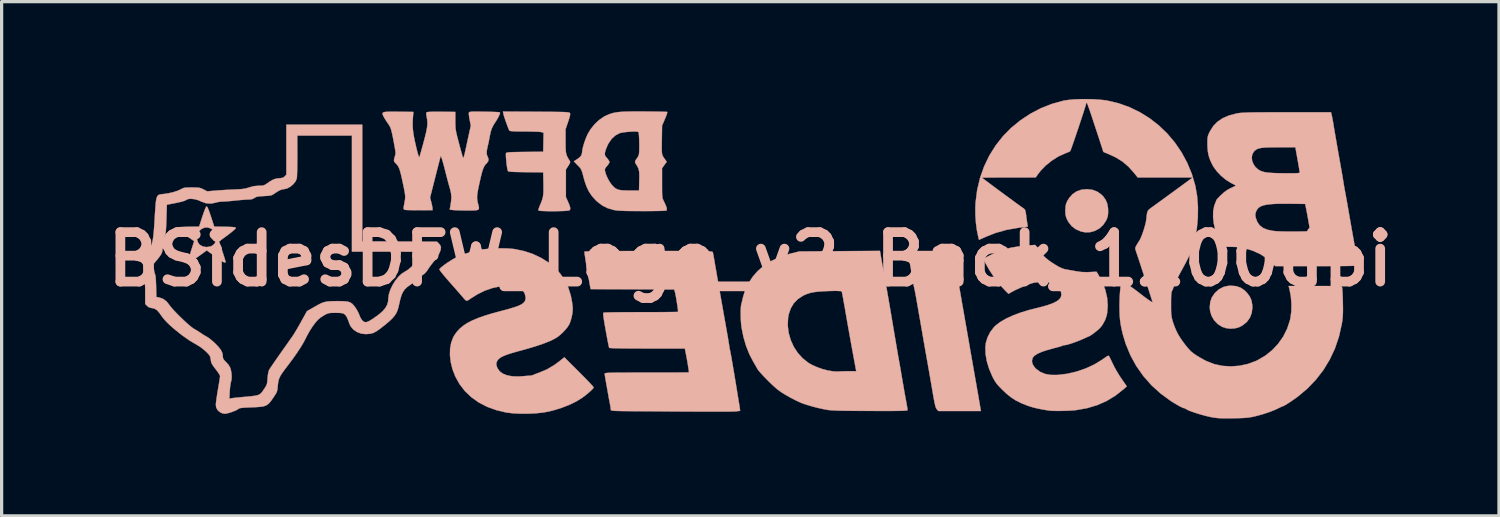
<source format=kicad_pcb>
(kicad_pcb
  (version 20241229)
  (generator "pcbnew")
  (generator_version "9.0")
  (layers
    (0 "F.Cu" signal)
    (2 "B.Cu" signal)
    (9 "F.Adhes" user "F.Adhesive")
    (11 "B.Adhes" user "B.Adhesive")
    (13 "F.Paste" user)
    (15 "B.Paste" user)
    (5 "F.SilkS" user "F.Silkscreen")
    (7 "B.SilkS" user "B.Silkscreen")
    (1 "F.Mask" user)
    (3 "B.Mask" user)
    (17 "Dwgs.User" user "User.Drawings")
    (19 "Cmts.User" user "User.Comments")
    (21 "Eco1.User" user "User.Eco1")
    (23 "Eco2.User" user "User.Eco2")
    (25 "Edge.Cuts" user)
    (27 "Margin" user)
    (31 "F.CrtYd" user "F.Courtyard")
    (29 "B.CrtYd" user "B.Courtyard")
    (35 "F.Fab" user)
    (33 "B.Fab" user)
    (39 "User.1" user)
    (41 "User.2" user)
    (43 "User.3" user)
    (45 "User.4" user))
  (footprint "BSidesDFW_Logo_v2_Back_1200dpi"
    (layer "F.Cu")
    (at 20.073 4.939)
    (property "Reference" "BSidesDFW_Logo_v2_Back_1200dpi" (at 0 0 0) (layer "B.SilkS") (effects (font (size 1.524 1.524) (thickness 0.3))))
    (attr through_hole)
    (fp_poly (pts (xy 14.974 0.83) (xy 15.107 0.875) (xy 15.226 0.955) (xy 15.302 1.029) (xy 15.389 1.143) (xy 15.443 1.262) (xy 15.469 1.4) (xy 15.473 1.493) (xy 15.453 1.657) (xy 15.395 1.805) (xy 15.302 1.933) (xy 15.174 2.037) (xy 15.083 2.087) (xy 14.952 2.128) (xy 14.805 2.14) (xy 14.66 2.123) (xy 14.547 2.086) (xy 14.407 1.998) (xy 14.295 1.882) (xy 14.214 1.742) (xy 14.169 1.585) (xy 14.161 1.474) (xy 14.176 1.315) (xy 14.225 1.177) (xy 14.31 1.052) (xy 14.322 1.038) (xy 14.446 0.926) (xy 14.583 0.854) (xy 14.736 0.819) (xy 14.817 0.816) (xy 14.974 0.83)) (stroke (width 0.01) (type solid)) (fill yes) (layer "B.SilkS"))
    (fp_poly (pts (xy 10.546 -2.139) (xy 10.697 -2.081) (xy 10.829 -1.985) (xy 10.874 -1.939) (xy 10.952 -1.83) (xy 11.001 -1.712) (xy 11.025 -1.573) (xy 11.028 -1.481) (xy 11.025 -1.387) (xy 11.014 -1.315) (xy 10.99 -1.246) (xy 10.962 -1.187) (xy 10.874 -1.055) (xy 10.758 -0.949) (xy 10.623 -0.875) (xy 10.475 -0.834) (xy 10.32 -0.829) (xy 10.192 -0.855) (xy 10.032 -0.924) (xy 9.903 -1.022) (xy 9.803 -1.15) (xy 9.762 -1.227) (xy 9.731 -1.305) (xy 9.714 -1.38) (xy 9.709 -1.473) (xy 9.709 -1.503) (xy 9.715 -1.617) (xy 9.732 -1.707) (xy 9.767 -1.789) (xy 9.824 -1.881) (xy 9.827 -1.886) (xy 9.933 -2.007) (xy 10.059 -2.092) (xy 10.208 -2.143) (xy 10.38 -2.159) (xy 10.546 -2.139)) (stroke (width 0.01) (type solid)) (fill yes) (layer "B.SilkS"))
    (fp_poly (pts (xy 6.263 -0.143) (xy 6.271 -0.099) (xy 6.286 -0.018) (xy 6.306 0.095) (xy 6.331 0.235) (xy 6.359 0.397) (xy 6.391 0.575) (xy 6.424 0.766) (xy 6.444 0.878) (xy 6.482 1.096) (xy 6.525 1.345) (xy 6.573 1.617) (xy 6.622 1.901) (xy 6.673 2.189) (xy 6.722 2.47) (xy 6.768 2.736) (xy 6.793 2.879) (xy 6.84 3.143) (xy 6.879 3.369) (xy 6.913 3.561) (xy 6.941 3.722) (xy 6.965 3.856) (xy 6.984 3.966) (xy 7 4.057) (xy 7.013 4.132) (xy 7.024 4.194) (xy 7.033 4.248) (xy 7.041 4.297) (xy 7.05 4.344) (xy 7.058 4.393) (xy 7.067 4.448) (xy 7.068 4.45) (xy 7.107 4.678) (xy 5.798 4.678) (xy 5.75 4.626) (xy 5.731 4.601) (xy 5.715 4.562) (xy 5.698 4.505) (xy 5.679 4.423) (xy 5.658 4.311) (xy 5.634 4.177) (xy 5.607 4.018) (xy 5.577 3.842) (xy 5.546 3.666) (xy 5.518 3.505) (xy 5.505 3.429) (xy 5.453 3.136) (xy 5.399 2.831) (xy 5.345 2.524) (xy 5.293 2.222) (xy 5.243 1.936) (xy 5.197 1.675) (xy 5.162 1.471) (xy 5.137 1.328) (xy 5.113 1.194) (xy 5.092 1.077) (xy 5.074 0.984) (xy 5.061 0.922) (xy 5.057 0.905) (xy 5.042 0.839) (xy 5.027 0.754) (xy 5.017 0.693) (xy 5.007 0.626) (xy 4.991 0.528) (xy 4.97 0.41) (xy 4.947 0.283) (xy 4.934 0.212) (xy 4.912 0.091) (xy 4.893 -0.019) (xy 4.879 -0.11) (xy 4.871 -0.173) (xy 4.869 -0.196) (xy 4.868 -0.254) (xy 6.241 -0.254) (xy 6.263 -0.143)) (stroke (width 0.01) (type solid)) (fill yes) (layer "B.SilkS"))
    (fp_poly (pts (xy -16.735 -1.61) (xy -16.706 -1.55) (xy -16.669 -1.453) (xy -16.624 -1.321) (xy -16.623 -1.318) (xy -16.521 -1.005) (xy -16.187 -1) (xy -16.059 -0.997) (xy -15.968 -0.993) (xy -15.907 -0.988) (xy -15.872 -0.981) (xy -15.856 -0.97) (xy -15.854 -0.962) (xy -15.87 -0.939) (xy -15.915 -0.897) (xy -15.981 -0.841) (xy -16.063 -0.776) (xy -16.155 -0.707) (xy -16.249 -0.639) (xy -16.323 -0.589) (xy -16.372 -0.555) (xy -16.272 -0.251) (xy -16.237 -0.142) (xy -16.207 -0.048) (xy -16.185 0.026) (xy -16.173 0.071) (xy -16.171 0.08) (xy -16.178 0.1) (xy -16.2 0.102) (xy -16.241 0.085) (xy -16.305 0.046) (xy -16.395 -0.015) (xy -16.49 -0.083) (xy -16.75 -0.273) (xy -16.879 -0.179) (xy -16.988 -0.101) (xy -17.091 -0.028) (xy -17.184 0.035) (xy -17.26 0.084) (xy -17.313 0.116) (xy -17.336 0.127) (xy -17.342 0.109) (xy -17.334 0.064) (xy -17.327 0.037) (xy -17.309 -0.019) (xy -17.283 -0.103) (xy -17.251 -0.205) (xy -17.219 -0.306) (xy -17.139 -0.558) (xy -17.184 -0.588) (xy -17.249 -0.634) (xy -17.327 -0.691) (xy -17.358 -0.714) (xy -17.055 -0.714) (xy -17.053 -0.618) (xy -17.026 -0.526) (xy -16.977 -0.455) (xy -16.969 -0.447) (xy -16.873 -0.394) (xy -16.762 -0.374) (xy -16.647 -0.39) (xy -16.597 -0.41) (xy -16.52 -0.467) (xy -16.474 -0.552) (xy -16.457 -0.668) (xy -16.457 -0.678) (xy -16.46 -0.752) (xy -16.472 -0.801) (xy -16.499 -0.844) (xy -16.53 -0.877) (xy -16.623 -0.947) (xy -16.724 -0.979) (xy -16.824 -0.973) (xy -16.918 -0.93) (xy -16.998 -0.853) (xy -17.031 -0.8) (xy -17.055 -0.714) (xy -17.358 -0.714) (xy -17.411 -0.754) (xy -17.493 -0.818) (xy -17.567 -0.877) (xy -17.626 -0.926) (xy -17.662 -0.958) (xy -17.669 -0.968) (xy -17.662 -0.978) (xy -17.629 -0.986) (xy -17.566 -0.992) (xy -17.47 -0.996) (xy -17.335 -1) (xy -17.332 -1) (xy -16.986 -1.005) (xy -16.885 -1.318) (xy -16.839 -1.451) (xy -16.802 -1.549) (xy -16.773 -1.609) (xy -16.754 -1.63) (xy -16.754 -1.63) (xy -16.735 -1.61)) (stroke (width 0.01) (type solid)) (fill yes) (layer "B.SilkS"))
    (fp_poly (pts (xy -6.603 -4.546) (xy -6.367 -4.544) (xy -6.171 -4.543) (xy -6.01 -4.541) (xy -5.88 -4.539) (xy -5.778 -4.537) (xy -5.701 -4.534) (xy -5.645 -4.53) (xy -5.607 -4.525) (xy -5.582 -4.519) (xy -5.567 -4.512) (xy -5.559 -4.504) (xy -5.559 -4.504) (xy -5.552 -4.478) (xy -5.556 -4.434) (xy -5.573 -4.367) (xy -5.604 -4.268) (xy -5.615 -4.236) (xy -5.694 -4.005) (xy -5.693 -3.638) (xy -5.693 -3.495) (xy -5.69 -3.387) (xy -5.683 -3.304) (xy -5.67 -3.238) (xy -5.65 -3.181) (xy -5.621 -3.123) (xy -5.581 -3.058) (xy -5.573 -3.045) (xy -5.555 -3.013) (xy -5.552 -2.985) (xy -5.566 -2.95) (xy -5.6 -2.893) (xy -5.611 -2.876) (xy -5.683 -2.763) (xy -5.683 -2.339) (xy -5.683 -1.916) (xy -5.614 -1.763) (xy -5.573 -1.665) (xy -5.552 -1.596) (xy -5.549 -1.549) (xy -5.564 -1.515) (xy -5.571 -1.507) (xy -5.599 -1.499) (xy -5.662 -1.493) (xy -5.751 -1.487) (xy -5.859 -1.484) (xy -5.979 -1.481) (xy -6.104 -1.481) (xy -6.225 -1.481) (xy -6.335 -1.484) (xy -6.428 -1.488) (xy -6.494 -1.493) (xy -6.527 -1.501) (xy -6.53 -1.502) (xy -6.528 -1.531) (xy -6.512 -1.586) (xy -6.484 -1.657) (xy -6.48 -1.666) (xy -6.44 -1.761) (xy -6.411 -1.841) (xy -6.392 -1.916) (xy -6.38 -1.996) (xy -6.374 -2.091) (xy -6.374 -2.211) (xy -6.375 -2.328) (xy -6.382 -2.678) (xy -6.914 -2.683) (xy -7.089 -2.686) (xy -7.227 -2.689) (xy -7.329 -2.693) (xy -7.401 -2.699) (xy -7.445 -2.706) (xy -7.467 -2.715) (xy -7.469 -2.716) (xy -7.48 -2.748) (xy -7.492 -2.811) (xy -7.505 -2.896) (xy -7.516 -2.991) (xy -7.525 -3.087) (xy -7.531 -3.172) (xy -7.532 -3.237) (xy -7.528 -3.268) (xy -7.52 -3.278) (xy -7.5 -3.286) (xy -7.464 -3.292) (xy -7.408 -3.297) (xy -7.326 -3.301) (xy -7.214 -3.303) (xy -7.067 -3.306) (xy -6.949 -3.307) (xy -6.382 -3.313) (xy -6.376 -3.604) (xy -6.37 -3.895) (xy -6.425 -3.916) (xy -6.462 -3.922) (xy -6.534 -3.928) (xy -6.634 -3.932) (xy -6.756 -3.935) (xy -6.891 -3.937) (xy -6.941 -3.937) (xy -7.105 -3.938) (xy -7.23 -3.94) (xy -7.321 -3.944) (xy -7.381 -3.95) (xy -7.415 -3.957) (xy -7.424 -3.963) (xy -7.44 -3.996) (xy -7.466 -4.058) (xy -7.497 -4.141) (xy -7.531 -4.233) (xy -7.562 -4.325) (xy -7.589 -4.407) (xy -7.606 -4.469) (xy -7.609 -4.482) (xy -7.623 -4.551) (xy -6.603 -4.546)) (stroke (width 0.01) (type solid)) (fill yes) (layer "B.SilkS"))
    (fp_poly (pts (xy -3.283 -4.553) (xy -3.114 -4.552) (xy -2.958 -4.55) (xy -2.821 -4.548) (xy -2.708 -4.546) (xy -2.623 -4.543) (xy -2.572 -4.541) (xy -2.559 -4.539) (xy -2.56 -4.517) (xy -2.576 -4.464) (xy -2.603 -4.39) (xy -2.631 -4.323) (xy -2.719 -4.117) (xy -2.726 -3.672) (xy -2.728 -3.525) (xy -2.729 -3.413) (xy -2.727 -3.329) (xy -2.722 -3.267) (xy -2.712 -3.219) (xy -2.696 -3.179) (xy -2.672 -3.139) (xy -2.64 -3.093) (xy -2.616 -3.06) (xy -2.576 -3.004) (xy -2.648 -2.904) (xy -2.72 -2.805) (xy -2.72 -2.349) (xy -2.72 -2.199) (xy -2.719 -2.085) (xy -2.717 -2) (xy -2.712 -1.937) (xy -2.706 -1.891) (xy -2.696 -1.854) (xy -2.681 -1.821) (xy -2.665 -1.788) (xy -2.607 -1.667) (xy -2.576 -1.578) (xy -2.572 -1.522) (xy -2.585 -1.501) (xy -2.613 -1.496) (xy -2.677 -1.492) (xy -2.774 -1.489) (xy -2.897 -1.487) (xy -3.043 -1.485) (xy -3.205 -1.484) (xy -3.334 -1.484) (xy -3.548 -1.485) (xy -3.724 -1.486) (xy -3.867 -1.489) (xy -3.982 -1.494) (xy -4.072 -1.499) (xy -4.142 -1.507) (xy -4.198 -1.516) (xy -4.202 -1.517) (xy -4.393 -1.572) (xy -4.559 -1.654) (xy -4.711 -1.769) (xy -4.776 -1.831) (xy -4.884 -1.953) (xy -4.972 -2.084) (xy -5.044 -2.232) (xy -5.105 -2.407) (xy -5.141 -2.537) (xy -5.168 -2.641) (xy -5.191 -2.714) (xy -5.214 -2.768) (xy -5.242 -2.812) (xy -5.282 -2.858) (xy -5.321 -2.897) (xy -5.439 -3.017) (xy -5.344 -3.077) (xy -5.256 -3.142) (xy -5.205 -3.206) (xy -5.197 -3.234) (xy -4.484 -3.234) (xy -4.474 -3.192) (xy -4.443 -3.148) (xy -4.416 -3.117) (xy -4.372 -3.062) (xy -4.345 -3.015) (xy -4.339 -2.995) (xy -4.353 -2.959) (xy -4.387 -2.907) (xy -4.415 -2.874) (xy -4.46 -2.82) (xy -4.48 -2.779) (xy -4.481 -2.736) (xy -4.477 -2.713) (xy -4.446 -2.609) (xy -4.395 -2.492) (xy -4.332 -2.38) (xy -4.266 -2.29) (xy -4.264 -2.288) (xy -4.205 -2.226) (xy -4.15 -2.181) (xy -4.09 -2.151) (xy -4.017 -2.132) (xy -3.924 -2.122) (xy -3.8 -2.118) (xy -3.731 -2.118) (xy -3.429 -2.117) (xy -3.425 -2.281) (xy -3.423 -2.38) (xy -3.421 -2.482) (xy -3.419 -2.561) (xy -3.424 -2.696) (xy -3.449 -2.802) (xy -3.497 -2.892) (xy -3.503 -2.899) (xy -3.543 -2.962) (xy -3.552 -3.01) (xy -3.531 -3.058) (xy -3.504 -3.093) (xy -3.463 -3.155) (xy -3.435 -3.22) (xy -3.434 -3.223) (xy -3.427 -3.271) (xy -3.422 -3.348) (xy -3.421 -3.443) (xy -3.421 -3.55) (xy -3.423 -3.657) (xy -3.427 -3.757) (xy -3.433 -3.841) (xy -3.44 -3.899) (xy -3.447 -3.922) (xy -3.48 -3.931) (xy -3.544 -3.936) (xy -3.63 -3.935) (xy -3.728 -3.929) (xy -3.828 -3.92) (xy -3.921 -3.908) (xy -3.996 -3.894) (xy -4.026 -3.885) (xy -4.157 -3.816) (xy -4.273 -3.71) (xy -4.369 -3.571) (xy -4.391 -3.528) (xy -4.429 -3.442) (xy -4.46 -3.359) (xy -4.478 -3.294) (xy -4.479 -3.289) (xy -4.484 -3.234) (xy -5.197 -3.234) (xy -5.186 -3.273) (xy -5.186 -3.282) (xy -5.177 -3.361) (xy -5.153 -3.467) (xy -5.118 -3.587) (xy -5.074 -3.711) (xy -5.026 -3.825) (xy -5.014 -3.852) (xy -4.919 -4.01) (xy -4.799 -4.159) (xy -4.661 -4.289) (xy -4.515 -4.39) (xy -4.465 -4.417) (xy -4.387 -4.452) (xy -4.313 -4.481) (xy -4.237 -4.505) (xy -4.153 -4.522) (xy -4.057 -4.536) (xy -3.943 -4.545) (xy -3.806 -4.55) (xy -3.641 -4.553) (xy -3.442 -4.554) (xy -3.283 -4.553)) (stroke (width 0.01) (type solid)) (fill yes) (layer "B.SilkS"))
    (fp_poly (pts (xy -7.497 -0.333) (xy -7.331 -0.321) (xy -7.249 -0.31) (xy -6.964 -0.249) (xy -6.694 -0.158) (xy -6.443 -0.039) (xy -6.215 0.103) (xy -6.017 0.267) (xy -5.853 0.449) (xy -5.853 0.449) (xy -5.713 0.659) (xy -5.607 0.88) (xy -5.533 1.118) (xy -5.493 1.322) (xy -5.479 1.43) (xy -5.472 1.512) (xy -5.474 1.584) (xy -5.483 1.662) (xy -5.491 1.711) (xy -5.513 1.811) (xy -5.541 1.91) (xy -5.571 1.99) (xy -5.573 1.994) (xy -5.624 2.079) (xy -5.701 2.175) (xy -5.794 2.272) (xy -5.894 2.359) (xy -5.956 2.406) (xy -6.065 2.469) (xy -6.206 2.535) (xy -6.382 2.603) (xy -6.594 2.675) (xy -6.844 2.75) (xy -7.134 2.831) (xy -7.154 2.836) (xy -7.345 2.89) (xy -7.497 2.939) (xy -7.614 2.986) (xy -7.701 3.032) (xy -7.76 3.079) (xy -7.789 3.115) (xy -7.821 3.181) (xy -7.828 3.242) (xy -7.81 3.313) (xy -7.79 3.36) (xy -7.725 3.454) (xy -7.625 3.527) (xy -7.493 3.579) (xy -7.334 3.608) (xy -7.149 3.614) (xy -7.059 3.609) (xy -6.963 3.601) (xy -6.875 3.594) (xy -6.808 3.59) (xy -6.793 3.589) (xy -6.734 3.581) (xy -6.691 3.568) (xy -6.688 3.566) (xy -6.655 3.551) (xy -6.594 3.527) (xy -6.516 3.499) (xy -6.497 3.492) (xy -6.268 3.395) (xy -6.046 3.264) (xy -5.892 3.151) (xy -5.731 3.022) (xy -5.278 3.474) (xy -5.165 3.588) (xy -5.062 3.693) (xy -4.973 3.785) (xy -4.902 3.861) (xy -4.853 3.916) (xy -4.828 3.946) (xy -4.826 3.951) (xy -4.842 3.979) (xy -4.886 4.026) (xy -4.951 4.086) (xy -5.03 4.154) (xy -5.118 4.223) (xy -5.179 4.269) (xy -5.358 4.38) (xy -5.57 4.484) (xy -5.806 4.576) (xy -6.057 4.654) (xy -6.234 4.698) (xy -6.419 4.729) (xy -6.632 4.75) (xy -6.86 4.76) (xy -7.089 4.76) (xy -7.307 4.749) (xy -7.5 4.726) (xy -7.526 4.722) (xy -7.833 4.649) (xy -8.115 4.546) (xy -8.371 4.413) (xy -8.598 4.251) (xy -8.796 4.062) (xy -8.962 3.846) (xy -9.092 3.612) (xy -9.176 3.396) (xy -9.23 3.177) (xy -9.256 2.963) (xy -9.252 2.759) (xy -9.218 2.571) (xy -9.154 2.404) (xy -9.116 2.337) (xy -9.037 2.228) (xy -8.945 2.131) (xy -8.837 2.042) (xy -8.71 1.96) (xy -8.559 1.883) (xy -8.381 1.809) (xy -8.172 1.736) (xy -7.928 1.662) (xy -7.647 1.587) (xy -7.449 1.534) (xy -7.288 1.486) (xy -7.162 1.442) (xy -7.067 1.399) (xy -7 1.355) (xy -6.956 1.307) (xy -6.932 1.255) (xy -6.925 1.194) (xy -6.927 1.157) (xy -6.955 1.047) (xy -7.017 0.958) (xy -7.114 0.89) (xy -7.248 0.841) (xy -7.329 0.823) (xy -7.404 0.812) (xy -7.472 0.809) (xy -7.549 0.813) (xy -7.646 0.826) (xy -7.697 0.834) (xy -7.949 0.888) (xy -8.181 0.968) (xy -8.404 1.077) (xy -8.621 1.213) (xy -8.677 1.253) (xy -8.716 1.275) (xy -8.747 1.278) (xy -8.78 1.259) (xy -8.822 1.214) (xy -8.883 1.142) (xy -8.893 1.131) (xy -8.935 1.082) (xy -9 1.008) (xy -9.08 0.916) (xy -9.172 0.812) (xy -9.268 0.703) (xy -9.289 0.679) (xy -9.377 0.577) (xy -9.455 0.485) (xy -9.517 0.407) (xy -9.56 0.349) (xy -9.581 0.315) (xy -9.582 0.309) (xy -9.557 0.278) (xy -9.503 0.231) (xy -9.429 0.174) (xy -9.341 0.112) (xy -9.248 0.051) (xy -9.158 -0.004) (xy -9.093 -0.04) (xy -8.836 -0.153) (xy -8.55 -0.242) (xy -8.399 -0.278) (xy -8.251 -0.303) (xy -8.075 -0.321) (xy -7.882 -0.332) (xy -7.685 -0.336) (xy -7.497 -0.333)) (stroke (width 0.01) (type solid)) (fill yes) (layer "B.SilkS"))
    (fp_poly (pts (xy 4.031 -0.049) (xy 4.05 0.058) (xy 4.073 0.188) (xy 4.098 0.325) (xy 4.118 0.434) (xy 4.144 0.573) (xy 4.171 0.726) (xy 4.201 0.896) (xy 4.234 1.086) (xy 4.271 1.3) (xy 4.313 1.543) (xy 4.359 1.816) (xy 4.411 2.124) (xy 4.467 2.455) (xy 4.494 2.615) (xy 4.519 2.762) (xy 4.541 2.891) (xy 4.559 2.997) (xy 4.573 3.074) (xy 4.581 3.117) (xy 4.582 3.122) (xy 4.588 3.154) (xy 4.6 3.222) (xy 4.617 3.318) (xy 4.638 3.438) (xy 4.661 3.574) (xy 4.678 3.672) (xy 4.705 3.829) (xy 4.732 3.986) (xy 4.758 4.134) (xy 4.781 4.263) (xy 4.8 4.365) (xy 4.806 4.398) (xy 4.823 4.492) (xy 4.837 4.572) (xy 4.845 4.628) (xy 4.847 4.647) (xy 4.843 4.654) (xy 4.827 4.66) (xy 4.797 4.664) (xy 4.749 4.668) (xy 4.68 4.671) (xy 4.588 4.673) (xy 4.468 4.675) (xy 4.318 4.676) (xy 4.135 4.676) (xy 3.915 4.676) (xy 3.709 4.675) (xy 3.428 4.674) (xy 3.185 4.673) (xy 2.98 4.671) (xy 2.808 4.668) (xy 2.668 4.664) (xy 2.556 4.659) (xy 2.469 4.653) (xy 2.406 4.647) (xy 2.392 4.645) (xy 2.243 4.617) (xy 2.079 4.581) (xy 1.913 4.538) (xy 1.757 4.492) (xy 1.623 4.448) (xy 1.56 4.423) (xy 1.406 4.352) (xy 1.247 4.271) (xy 1.094 4.185) (xy 0.959 4.101) (xy 0.852 4.025) (xy 0.847 4.021) (xy 0.772 3.957) (xy 0.683 3.877) (xy 0.589 3.786) (xy 0.493 3.69) (xy 0.403 3.597) (xy 0.324 3.511) (xy 0.262 3.44) (xy 0.225 3.39) (xy 0.22 3.381) (xy 0.192 3.33) (xy 0.15 3.257) (xy 0.103 3.176) (xy 0.093 3.16) (xy -0.027 2.93) (xy -0.13 2.672) (xy -0.211 2.395) (xy -0.268 2.11) (xy -0.274 2.068) (xy -0.276 2.042) (xy 1.154 2.042) (xy 1.182 2.271) (xy 1.246 2.492) (xy 1.341 2.701) (xy 1.466 2.891) (xy 1.618 3.057) (xy 1.794 3.195) (xy 1.894 3.253) (xy 2.052 3.324) (xy 2.221 3.384) (xy 2.39 3.428) (xy 2.55 3.455) (xy 2.688 3.462) (xy 2.72 3.46) (xy 2.788 3.456) (xy 2.883 3.453) (xy 2.989 3.451) (xy 3.045 3.45) (xy 3.265 3.45) (xy 3.251 3.381) (xy 3.244 3.344) (xy 3.231 3.271) (xy 3.212 3.169) (xy 3.189 3.044) (xy 3.163 2.902) (xy 3.135 2.748) (xy 3.106 2.59) (xy 3.078 2.434) (xy 3.051 2.285) (xy 3.027 2.149) (xy 3.006 2.034) (xy 2.99 1.944) (xy 2.98 1.887) (xy 2.978 1.873) (xy 2.96 1.767) (xy 2.939 1.647) (xy 2.917 1.518) (xy 2.894 1.39) (xy 2.872 1.269) (xy 2.853 1.163) (xy 2.837 1.079) (xy 2.826 1.024) (xy 2.823 1.008) (xy 2.816 0.994) (xy 2.803 0.983) (xy 2.777 0.977) (xy 2.733 0.974) (xy 2.664 0.974) (xy 2.566 0.976) (xy 2.431 0.98) (xy 2.416 0.98) (xy 2.229 0.989) (xy 2.077 1) (xy 1.951 1.016) (xy 1.845 1.039) (xy 1.75 1.069) (xy 1.658 1.108) (xy 1.628 1.123) (xy 1.47 1.225) (xy 1.342 1.356) (xy 1.247 1.514) (xy 1.184 1.697) (xy 1.164 1.811) (xy 1.154 2.042) (xy -0.276 2.042) (xy -0.285 1.963) (xy -0.292 1.843) (xy -0.295 1.718) (xy -0.295 1.598) (xy -0.291 1.493) (xy -0.283 1.415) (xy -0.277 1.388) (xy -0.263 1.335) (xy -0.244 1.256) (xy -0.224 1.17) (xy -0.224 1.168) (xy -0.159 0.955) (xy -0.058 0.743) (xy 0.071 0.544) (xy 0.221 0.37) (xy 0.424 0.196) (xy 0.657 0.049) (xy 0.923 -0.073) (xy 1.223 -0.169) (xy 1.286 -0.185) (xy 1.513 -0.24) (xy 2.755 -0.249) (xy 3.996 -0.257) (xy 4.031 -0.049)) (stroke (width 0.01) (type solid)) (fill yes) (layer "B.SilkS"))
    (fp_poly (pts (xy 8.832 -0.386) (xy 8.87 -0.341) (xy 8.889 -0.3) (xy 8.89 -0.294) (xy 8.906 -0.252) (xy 8.951 -0.193) (xy 9.017 -0.122) (xy 9.099 -0.046) (xy 9.189 0.029) (xy 9.279 0.093) (xy 9.41 0.177) (xy 9.516 0.238) (xy 9.605 0.279) (xy 9.686 0.306) (xy 9.746 0.318) (xy 9.817 0.33) (xy 9.913 0.347) (xy 10.015 0.366) (xy 10.044 0.371) (xy 10.207 0.394) (xy 10.375 0.399) (xy 10.452 0.396) (xy 10.67 0.385) (xy 10.719 0.463) (xy 10.847 0.699) (xy 10.94 0.942) (xy 10.997 1.187) (xy 11.016 1.429) (xy 10.997 1.663) (xy 10.984 1.731) (xy 10.935 1.876) (xy 10.855 2.02) (xy 10.812 2.078) (xy 10.76 2.135) (xy 10.686 2.201) (xy 10.602 2.268) (xy 10.521 2.327) (xy 10.453 2.368) (xy 10.435 2.376) (xy 10.389 2.396) (xy 10.32 2.427) (xy 10.245 2.461) (xy 10.147 2.503) (xy 10.039 2.545) (xy 9.931 2.583) (xy 9.832 2.615) (xy 9.753 2.637) (xy 9.703 2.646) (xy 9.701 2.646) (xy 9.644 2.655) (xy 9.615 2.667) (xy 9.579 2.68) (xy 9.513 2.701) (xy 9.427 2.724) (xy 9.361 2.741) (xy 9.149 2.799) (xy 8.978 2.856) (xy 8.848 2.915) (xy 8.757 2.974) (xy 8.705 3.035) (xy 8.701 3.043) (xy 8.679 3.137) (xy 8.699 3.232) (xy 8.761 3.329) (xy 8.809 3.379) (xy 8.935 3.472) (xy 9.084 3.534) (xy 9.258 3.565) (xy 9.46 3.567) (xy 9.47 3.566) (xy 9.763 3.531) (xy 10.057 3.462) (xy 10.342 3.364) (xy 10.609 3.24) (xy 10.85 3.092) (xy 10.918 3.043) (xy 10.981 2.999) (xy 11.027 2.976) (xy 11.048 2.976) (xy 11.064 3.002) (xy 11.093 3.058) (xy 11.13 3.136) (xy 11.169 3.217) (xy 11.223 3.326) (xy 11.293 3.451) (xy 11.37 3.578) (xy 11.437 3.679) (xy 11.603 3.918) (xy 11.503 4.007) (xy 11.249 4.206) (xy 10.98 4.369) (xy 10.692 4.496) (xy 10.381 4.589) (xy 10.046 4.649) (xy 9.986 4.656) (xy 9.889 4.663) (xy 9.77 4.669) (xy 9.639 4.673) (xy 9.507 4.675) (xy 9.385 4.674) (xy 9.283 4.671) (xy 9.211 4.665) (xy 9.207 4.664) (xy 9.014 4.632) (xy 8.852 4.6) (xy 8.713 4.566) (xy 8.586 4.527) (xy 8.537 4.51) (xy 8.344 4.432) (xy 8.18 4.35) (xy 8.034 4.255) (xy 7.892 4.141) (xy 7.777 4.032) (xy 7.687 3.941) (xy 7.62 3.868) (xy 7.568 3.802) (xy 7.524 3.732) (xy 7.478 3.648) (xy 7.454 3.598) (xy 7.357 3.37) (xy 7.289 3.142) (xy 7.251 2.921) (xy 7.245 2.713) (xy 7.26 2.578) (xy 7.311 2.409) (xy 7.395 2.245) (xy 7.505 2.099) (xy 7.562 2.042) (xy 7.701 1.936) (xy 7.877 1.833) (xy 8.087 1.736) (xy 8.325 1.646) (xy 8.587 1.566) (xy 8.784 1.516) (xy 9.008 1.46) (xy 9.192 1.405) (xy 9.338 1.35) (xy 9.449 1.293) (xy 9.526 1.233) (xy 9.571 1.168) (xy 9.588 1.096) (xy 9.577 1.017) (xy 9.559 0.965) (xy 9.504 0.884) (xy 9.409 0.811) (xy 9.273 0.745) (xy 9.265 0.741) (xy 9.2 0.718) (xy 9.141 0.705) (xy 9.075 0.7) (xy 8.986 0.701) (xy 8.937 0.703) (xy 8.821 0.712) (xy 8.726 0.728) (xy 8.633 0.755) (xy 8.541 0.789) (xy 8.342 0.871) (xy 8.182 0.943) (xy 8.06 1.007) (xy 8.038 1.019) (xy 7.959 1.067) (xy 7.883 0.994) (xy 7.753 0.856) (xy 7.617 0.691) (xy 7.483 0.509) (xy 7.361 0.322) (xy 7.259 0.142) (xy 7.228 0.08) (xy 7.209 0.035) (xy 7.209 -0.001) (xy 7.23 -0.032) (xy 7.277 -0.064) (xy 7.354 -0.104) (xy 7.461 -0.157) (xy 7.646 -0.239) (xy 7.829 -0.303) (xy 8.02 -0.352) (xy 8.229 -0.389) (xy 8.467 -0.417) (xy 8.53 -0.422) (xy 8.774 -0.441) (xy 8.832 -0.386)) (stroke (width 0.01) (type solid)) (fill yes) (layer "B.SilkS"))
    (fp_poly (pts (xy 17.923 -4.419) (xy 17.938 -4.346) (xy 17.956 -4.249) (xy 17.974 -4.144) (xy 17.98 -4.106) (xy 17.991 -4.036) (xy 18.009 -3.931) (xy 18.032 -3.798) (xy 18.059 -3.643) (xy 18.088 -3.474) (xy 18.119 -3.297) (xy 18.137 -3.196) (xy 18.168 -3.024) (xy 18.196 -2.863) (xy 18.222 -2.716) (xy 18.244 -2.591) (xy 18.26 -2.493) (xy 18.271 -2.426) (xy 18.275 -2.402) (xy 18.284 -2.345) (xy 18.298 -2.26) (xy 18.316 -2.16) (xy 18.328 -2.095) (xy 18.346 -1.998) (xy 18.369 -1.871) (xy 18.395 -1.728) (xy 18.421 -1.581) (xy 18.436 -1.492) (xy 18.461 -1.349) (xy 18.487 -1.2) (xy 18.512 -1.058) (xy 18.533 -0.937) (xy 18.544 -0.878) (xy 18.565 -0.757) (xy 18.589 -0.626) (xy 18.61 -0.506) (xy 18.619 -0.455) (xy 18.639 -0.343) (xy 18.663 -0.212) (xy 18.686 -0.088) (xy 18.692 -0.056) (xy 18.709 0.036) (xy 18.723 0.113) (xy 18.731 0.166) (xy 18.733 0.182) (xy 18.727 0.188) (xy 18.709 0.194) (xy 18.676 0.198) (xy 18.624 0.202) (xy 18.551 0.205) (xy 18.453 0.207) (xy 18.328 0.209) (xy 18.173 0.21) (xy 17.985 0.211) (xy 17.761 0.212) (xy 17.498 0.212) (xy 17.456 0.212) (xy 16.18 0.212) (xy 16.096 0.126) (xy 15.914 -0.032) (xy 15.703 -0.165) (xy 15.471 -0.268) (xy 15.227 -0.34) (xy 14.976 -0.377) (xy 14.86 -0.381) (xy 14.759 -0.382) (xy 14.691 -0.384) (xy 14.647 -0.391) (xy 14.617 -0.405) (xy 14.592 -0.426) (xy 14.58 -0.439) (xy 14.477 -0.574) (xy 14.393 -0.736) (xy 14.328 -0.915) (xy 14.284 -1.104) (xy 14.263 -1.293) (xy 14.264 -1.346) (xy 15.564 -1.346) (xy 15.578 -1.276) (xy 15.626 -1.146) (xy 15.699 -1.043) (xy 15.801 -0.965) (xy 15.934 -0.91) (xy 16.101 -0.875) (xy 16.182 -0.866) (xy 16.266 -0.861) (xy 16.372 -0.857) (xy 16.494 -0.854) (xy 16.626 -0.853) (xy 16.76 -0.853) (xy 16.891 -0.854) (xy 17.01 -0.856) (xy 17.113 -0.859) (xy 17.191 -0.863) (xy 17.239 -0.868) (xy 17.251 -0.873) (xy 17.247 -0.903) (xy 17.237 -0.966) (xy 17.223 -1.054) (xy 17.205 -1.157) (xy 17.186 -1.266) (xy 17.166 -1.374) (xy 17.148 -1.472) (xy 17.132 -1.55) (xy 17.131 -1.556) (xy 17.101 -1.704) (xy 16.652 -1.71) (xy 16.414 -1.711) (xy 16.214 -1.708) (xy 16.05 -1.698) (xy 15.916 -1.682) (xy 15.81 -1.659) (xy 15.728 -1.628) (xy 15.667 -1.588) (xy 15.622 -1.538) (xy 15.591 -1.477) (xy 15.588 -1.472) (xy 15.567 -1.404) (xy 15.564 -1.346) (xy 14.264 -1.346) (xy 14.266 -1.474) (xy 14.296 -1.639) (xy 14.326 -1.722) (xy 14.349 -1.778) (xy 14.361 -1.813) (xy 14.361 -1.82) (xy 14.371 -1.834) (xy 14.405 -1.872) (xy 14.456 -1.926) (xy 14.495 -1.965) (xy 14.602 -2.064) (xy 14.708 -2.139) (xy 14.803 -2.19) (xy 14.97 -2.27) (xy 14.804 -2.357) (xy 14.652 -2.453) (xy 14.506 -2.575) (xy 14.376 -2.712) (xy 14.272 -2.855) (xy 14.241 -2.91) (xy 14.172 -3.057) (xy 14.143 -3.143) (xy 15.454 -3.143) (xy 15.465 -3.038) (xy 15.505 -2.934) (xy 15.57 -2.839) (xy 15.659 -2.761) (xy 15.727 -2.723) (xy 15.783 -2.702) (xy 15.849 -2.685) (xy 15.93 -2.672) (xy 16.032 -2.662) (xy 16.159 -2.655) (xy 16.318 -2.651) (xy 16.513 -2.649) (xy 16.515 -2.649) (xy 16.671 -2.649) (xy 16.787 -2.65) (xy 16.868 -2.654) (xy 16.915 -2.66) (xy 16.933 -2.669) (xy 16.933 -2.67) (xy 16.93 -2.698) (xy 16.92 -2.76) (xy 16.905 -2.85) (xy 16.886 -2.96) (xy 16.866 -3.072) (xy 16.799 -3.45) (xy 16.288 -3.45) (xy 16.102 -3.449) (xy 15.953 -3.446) (xy 15.835 -3.44) (xy 15.744 -3.43) (xy 15.673 -3.415) (xy 15.619 -3.395) (xy 15.574 -3.367) (xy 15.535 -3.333) (xy 15.527 -3.325) (xy 15.474 -3.241) (xy 15.454 -3.143) (xy 14.143 -3.143) (xy 14.126 -3.192) (xy 14.1 -3.331) (xy 14.089 -3.489) (xy 14.088 -3.546) (xy 14.088 -3.65) (xy 14.091 -3.724) (xy 14.1 -3.782) (xy 14.116 -3.835) (xy 14.144 -3.896) (xy 14.166 -3.942) (xy 14.267 -4.103) (xy 14.397 -4.237) (xy 14.559 -4.346) (xy 14.753 -4.43) (xy 14.981 -4.49) (xy 15.026 -4.498) (xy 15.07 -4.505) (xy 15.126 -4.511) (xy 15.195 -4.515) (xy 15.282 -4.519) (xy 15.389 -4.523) (xy 15.52 -4.525) (xy 15.678 -4.527) (xy 15.866 -4.528) (xy 16.087 -4.529) (xy 16.346 -4.53) (xy 16.55 -4.53) (xy 17.897 -4.53) (xy 17.923 -4.419)) (stroke (width 0.01) (type solid)) (fill yes) (layer "B.SilkS"))
    (fp_poly (pts (xy -2.8 -0.254) (xy -2.506 -0.254) (xy -2.25 -0.254) (xy -2.028 -0.253) (xy -1.839 -0.252) (xy -1.679 -0.251) (xy -1.547 -0.25) (xy -1.439 -0.248) (xy -1.353 -0.246) (xy -1.286 -0.244) (xy -1.237 -0.24) (xy -1.202 -0.237) (xy -1.179 -0.232) (xy -1.165 -0.227) (xy -1.158 -0.221) (xy -1.156 -0.217) (xy -1.148 -0.182) (xy -1.135 -0.115) (xy -1.119 -0.027) (xy -1.103 0.064) (xy -1.095 0.115) (xy -1.084 0.179) (xy -1.071 0.255) (xy -1.054 0.349) (xy -1.035 0.46) (xy -1.012 0.593) (xy -0.984 0.75) (xy -0.952 0.934) (xy -0.915 1.146) (xy -0.872 1.389) (xy -0.823 1.666) (xy -0.767 1.98) (xy -0.705 2.332) (xy -0.698 2.371) (xy -0.681 2.473) (xy -0.665 2.569) (xy -0.653 2.646) (xy -0.649 2.678) (xy -0.64 2.74) (xy -0.629 2.788) (xy -0.627 2.794) (xy -0.621 2.822) (xy -0.609 2.887) (xy -0.591 2.981) (xy -0.57 3.101) (xy -0.546 3.24) (xy -0.52 3.392) (xy -0.493 3.552) (xy -0.466 3.715) (xy -0.44 3.874) (xy -0.415 4.024) (xy -0.394 4.159) (xy -0.392 4.17) (xy -0.376 4.268) (xy -0.362 4.355) (xy -0.351 4.42) (xy -0.346 4.445) (xy -0.337 4.501) (xy -0.326 4.572) (xy -0.324 4.585) (xy -0.313 4.672) (xy -0.435 4.688) (xy -0.465 4.69) (xy -0.513 4.692) (xy -0.579 4.694) (xy -0.666 4.695) (xy -0.776 4.696) (xy -0.91 4.697) (xy -1.07 4.697) (xy -1.258 4.697) (xy -1.476 4.696) (xy -1.726 4.695) (xy -2.009 4.694) (xy -2.326 4.692) (xy -2.681 4.689) (xy -3.074 4.686) (xy -3.507 4.683) (xy -3.561 4.683) (xy -3.758 4.681) (xy -3.916 4.68) (xy -4.04 4.677) (xy -4.134 4.675) (xy -4.202 4.671) (xy -4.248 4.667) (xy -4.277 4.661) (xy -4.292 4.654) (xy -4.298 4.645) (xy -4.299 4.641) (xy -4.301 4.609) (xy -4.306 4.569) (xy -4.315 4.513) (xy -4.33 4.432) (xy -4.346 4.35) (xy -4.363 4.261) (xy -4.377 4.18) (xy -4.387 4.123) (xy -4.388 4.117) (xy -4.396 4.071) (xy -4.41 3.994) (xy -4.427 3.899) (xy -4.443 3.81) (xy -4.46 3.71) (xy -4.475 3.624) (xy -4.484 3.56) (xy -4.487 3.53) (xy -4.485 3.522) (xy -4.477 3.516) (xy -4.46 3.51) (xy -4.431 3.506) (xy -4.387 3.502) (xy -4.324 3.499) (xy -4.239 3.497) (xy -4.13 3.495) (xy -3.993 3.494) (xy -3.826 3.494) (xy -3.624 3.493) (xy -3.385 3.493) (xy -3.193 3.493) (xy -2.963 3.493) (xy -2.746 3.493) (xy -2.545 3.492) (xy -2.365 3.491) (xy -2.208 3.491) (xy -2.078 3.49) (xy -1.98 3.488) (xy -1.917 3.487) (xy -1.892 3.486) (xy -1.891 3.486) (xy -1.892 3.463) (xy -1.899 3.407) (xy -1.912 3.325) (xy -1.928 3.224) (xy -1.947 3.113) (xy -1.968 3) (xy -1.989 2.891) (xy -1.992 2.873) (xy -2.017 2.752) (xy -3.177 2.752) (xy -3.441 2.751) (xy -3.675 2.75) (xy -3.878 2.748) (xy -4.047 2.746) (xy -4.18 2.743) (xy -4.276 2.739) (xy -4.333 2.735) (xy -4.349 2.731) (xy -4.356 2.705) (xy -4.37 2.644) (xy -4.388 2.552) (xy -4.41 2.437) (xy -4.435 2.303) (xy -4.456 2.187) (xy -4.486 2.017) (xy -4.508 1.884) (xy -4.523 1.784) (xy -4.531 1.715) (xy -4.532 1.672) (xy -4.527 1.65) (xy -4.524 1.647) (xy -4.498 1.644) (xy -4.434 1.641) (xy -4.336 1.639) (xy -4.208 1.636) (xy -4.053 1.634) (xy -3.875 1.633) (xy -3.68 1.632) (xy -3.47 1.631) (xy -3.368 1.631) (xy -3.154 1.631) (xy -2.952 1.631) (xy -2.767 1.63) (xy -2.603 1.629) (xy -2.464 1.627) (xy -2.353 1.626) (xy -2.275 1.624) (xy -2.233 1.622) (xy -2.227 1.621) (xy -2.227 1.597) (xy -2.232 1.54) (xy -2.243 1.46) (xy -2.257 1.365) (xy -2.273 1.263) (xy -2.29 1.165) (xy -2.307 1.078) (xy -2.321 1.013) (xy -2.33 0.979) (xy -2.348 0.932) (xy -3.635 0.926) (xy -4.921 0.921) (xy -4.948 0.773) (xy -4.984 0.571) (xy -5.018 0.383) (xy -5.047 0.212) (xy -5.071 0.063) (xy -5.09 -0.06) (xy -5.104 -0.154) (xy -5.11 -0.214) (xy -5.11 -0.236) (xy -5.088 -0.238) (xy -5.026 -0.241) (xy -4.927 -0.243) (xy -4.795 -0.246) (xy -4.632 -0.248) (xy -4.44 -0.249) (xy -4.223 -0.251) (xy -3.984 -0.252) (xy -3.726 -0.253) (xy -3.45 -0.254) (xy -3.161 -0.254) (xy -3.133 -0.254) (xy -2.8 -0.254)) (stroke (width 0.01) (type solid)) (fill yes) (layer "B.SilkS"))
    (fp_poly (pts (xy -8.397 -4.549) (xy -8.261 -4.548) (xy -8.193 -4.547) (xy -8.057 -4.544) (xy -7.935 -4.541) (xy -7.835 -4.537) (xy -7.761 -4.532) (xy -7.72 -4.527) (xy -7.715 -4.525) (xy -7.714 -4.498) (xy -7.734 -4.444) (xy -7.769 -4.372) (xy -7.815 -4.29) (xy -7.865 -4.213) (xy -7.924 -4.119) (xy -7.967 -4.029) (xy -8 -3.928) (xy -8.027 -3.802) (xy -8.033 -3.771) (xy -8.052 -3.67) (xy -8.073 -3.567) (xy -8.093 -3.484) (xy -8.096 -3.471) (xy -8.122 -3.341) (xy -8.124 -3.24) (xy -8.101 -3.169) (xy -8.097 -3.163) (xy -8.067 -3.093) (xy -8.077 -3.021) (xy -8.119 -2.962) (xy -8.16 -2.919) (xy -8.194 -2.871) (xy -8.224 -2.812) (xy -8.252 -2.735) (xy -8.281 -2.634) (xy -8.313 -2.502) (xy -8.338 -2.391) (xy -8.372 -2.234) (xy -8.397 -2.11) (xy -8.412 -2.013) (xy -8.42 -1.934) (xy -8.419 -1.867) (xy -8.412 -1.804) (xy -8.398 -1.738) (xy -8.389 -1.705) (xy -8.37 -1.633) (xy -8.362 -1.581) (xy -8.368 -1.544) (xy -8.394 -1.522) (xy -8.446 -1.509) (xy -8.527 -1.504) (xy -8.643 -1.503) (xy -8.715 -1.503) (xy -8.839 -1.504) (xy -8.958 -1.506) (xy -9.059 -1.51) (xy -9.134 -1.514) (xy -9.156 -1.516) (xy -9.264 -1.529) (xy -9.245 -1.627) (xy -9.221 -1.78) (xy -9.212 -1.908) (xy -9.221 -2.025) (xy -9.247 -2.144) (xy -9.257 -2.181) (xy -9.282 -2.265) (xy -9.313 -2.379) (xy -9.347 -2.509) (xy -9.382 -2.643) (xy -9.398 -2.706) (xy -9.428 -2.826) (xy -9.458 -2.937) (xy -9.484 -3.029) (xy -9.504 -3.095) (xy -9.512 -3.119) (xy -9.54 -3.186) (xy -9.563 -3.101) (xy -9.574 -3.058) (xy -9.594 -2.98) (xy -9.621 -2.875) (xy -9.654 -2.747) (xy -9.69 -2.604) (xy -9.727 -2.458) (xy -9.869 -1.9) (xy -9.835 -1.77) (xy -9.816 -1.69) (xy -9.801 -1.617) (xy -9.796 -1.577) (xy -9.79 -1.513) (xy -10.16 -1.511) (xy -10.287 -1.511) (xy -10.405 -1.512) (xy -10.505 -1.514) (xy -10.578 -1.516) (xy -10.61 -1.518) (xy -10.649 -1.523) (xy -10.673 -1.533) (xy -10.684 -1.555) (xy -10.683 -1.598) (xy -10.671 -1.669) (xy -10.657 -1.746) (xy -10.645 -1.808) (xy -10.638 -1.861) (xy -10.635 -1.913) (xy -10.637 -1.969) (xy -10.646 -2.037) (xy -10.661 -2.124) (xy -10.683 -2.236) (xy -10.714 -2.381) (xy -10.725 -2.434) (xy -10.759 -2.585) (xy -10.789 -2.702) (xy -10.817 -2.789) (xy -10.847 -2.855) (xy -10.881 -2.906) (xy -10.921 -2.949) (xy -10.931 -2.958) (xy -10.968 -2.998) (xy -10.982 -3.041) (xy -10.975 -3.099) (xy -10.953 -3.171) (xy -10.942 -3.208) (xy -10.935 -3.243) (xy -10.934 -3.286) (xy -10.94 -3.342) (xy -10.952 -3.421) (xy -10.972 -3.529) (xy -10.986 -3.605) (xy -11.014 -3.753) (xy -11.038 -3.867) (xy -11.058 -3.953) (xy -11.077 -4.019) (xy -11.098 -4.071) (xy -11.122 -4.117) (xy -11.152 -4.164) (xy -11.174 -4.194) (xy -11.226 -4.272) (xy -11.276 -4.353) (xy -11.302 -4.401) (xy -11.324 -4.447) (xy -11.335 -4.482) (xy -11.329 -4.509) (xy -11.305 -4.527) (xy -11.256 -4.539) (xy -11.18 -4.545) (xy -11.072 -4.548) (xy -10.928 -4.547) (xy -10.827 -4.546) (xy -10.382 -4.54) (xy -10.393 -4.424) (xy -10.404 -4.267) (xy -10.406 -4.125) (xy -10.397 -3.986) (xy -10.378 -3.84) (xy -10.347 -3.674) (xy -10.309 -3.506) (xy -10.273 -3.357) (xy -10.244 -3.249) (xy -10.222 -3.178) (xy -10.207 -3.145) (xy -10.198 -3.146) (xy -10.188 -3.178) (xy -10.168 -3.244) (xy -10.142 -3.337) (xy -10.11 -3.451) (xy -10.075 -3.579) (xy -10.065 -3.618) (xy -10.02 -3.789) (xy -9.987 -3.926) (xy -9.965 -4.038) (xy -9.953 -4.132) (xy -9.951 -4.214) (xy -9.957 -4.293) (xy -9.97 -4.376) (xy -9.973 -4.391) (xy -9.985 -4.462) (xy -9.986 -4.504) (xy -9.975 -4.526) (xy -9.968 -4.532) (xy -9.938 -4.537) (xy -9.873 -4.542) (xy -9.78 -4.545) (xy -9.665 -4.546) (xy -9.535 -4.546) (xy -9.514 -4.545) (xy -9.091 -4.54) (xy -9.091 -4.265) (xy -9.09 -4.17) (xy -9.088 -4.092) (xy -9.082 -4.022) (xy -9.072 -3.952) (xy -9.055 -3.871) (xy -9.031 -3.772) (xy -8.998 -3.645) (xy -8.977 -3.567) (xy -8.943 -3.439) (xy -8.912 -3.326) (xy -8.886 -3.234) (xy -8.867 -3.169) (xy -8.857 -3.137) (xy -8.856 -3.134) (xy -8.843 -3.132) (xy -8.83 -3.154) (xy -8.813 -3.207) (xy -8.793 -3.294) (xy -8.781 -3.348) (xy -8.759 -3.448) (xy -8.732 -3.573) (xy -8.703 -3.707) (xy -8.676 -3.831) (xy -8.613 -4.117) (xy -8.649 -4.298) (xy -8.664 -4.385) (xy -8.673 -4.458) (xy -8.674 -4.507) (xy -8.672 -4.517) (xy -8.664 -4.529) (xy -8.648 -4.538) (xy -8.619 -4.544) (xy -8.571 -4.548) (xy -8.499 -4.55) (xy -8.397 -4.549)) (stroke (width 0.01) (type solid)) (fill yes) (layer "B.SilkS"))
    (fp_poly (pts (xy 10.568 -4.93) (xy 10.758 -4.918) (xy 10.926 -4.9) (xy 10.989 -4.891) (xy 11.341 -4.809) (xy 11.68 -4.689) (xy 12.003 -4.533) (xy 12.307 -4.344) (xy 12.591 -4.123) (xy 12.851 -3.873) (xy 13.085 -3.596) (xy 13.29 -3.295) (xy 13.465 -2.972) (xy 13.607 -2.63) (xy 13.713 -2.271) (xy 13.715 -2.261) (xy 13.77 -1.95) (xy 13.796 -1.619) (xy 13.793 -1.281) (xy 13.762 -0.947) (xy 13.702 -0.627) (xy 13.66 -0.47) (xy 13.621 -0.347) (xy 13.578 -0.231) (xy 13.529 -0.115) (xy 13.469 0.011) (xy 13.395 0.154) (xy 13.302 0.325) (xy 13.297 0.334) (xy 13.231 0.455) (xy 13.17 0.574) (xy 13.117 0.682) (xy 13.078 0.771) (xy 13.058 0.821) (xy 13.032 0.896) (xy 13.007 0.958) (xy 12.989 0.992) (xy 12.989 0.992) (xy 12.98 1.025) (xy 12.973 1.097) (xy 12.968 1.205) (xy 12.967 1.345) (xy 12.967 1.383) (xy 12.967 1.52) (xy 12.969 1.623) (xy 12.974 1.704) (xy 12.983 1.771) (xy 12.996 1.833) (xy 13.015 1.902) (xy 13.025 1.937) (xy 13.064 2.048) (xy 13.113 2.169) (xy 13.164 2.277) (xy 13.172 2.293) (xy 13.236 2.401) (xy 13.319 2.523) (xy 13.41 2.645) (xy 13.5 2.754) (xy 13.581 2.84) (xy 13.582 2.841) (xy 13.653 2.899) (xy 13.752 2.967) (xy 13.87 3.038) (xy 13.995 3.107) (xy 14.069 3.144) (xy 14.303 3.234) (xy 14.552 3.287) (xy 14.81 3.303) (xy 15.072 3.284) (xy 15.331 3.228) (xy 15.582 3.136) (xy 15.631 3.113) (xy 15.866 2.976) (xy 16.079 2.807) (xy 16.265 2.61) (xy 16.421 2.389) (xy 16.543 2.149) (xy 16.628 1.894) (xy 16.646 1.816) (xy 16.674 1.605) (xy 16.678 1.376) (xy 16.659 1.144) (xy 16.618 0.926) (xy 16.604 0.873) (xy 16.59 0.826) (xy 17.405 0.826) (xy 17.613 0.826) (xy 17.782 0.826) (xy 17.918 0.827) (xy 18.022 0.829) (xy 18.101 0.831) (xy 18.157 0.835) (xy 18.194 0.84) (xy 18.218 0.846) (xy 18.23 0.854) (xy 18.236 0.863) (xy 18.242 0.894) (xy 18.248 0.961) (xy 18.253 1.057) (xy 18.258 1.173) (xy 18.262 1.303) (xy 18.262 1.323) (xy 18.265 1.483) (xy 18.265 1.61) (xy 18.262 1.715) (xy 18.255 1.809) (xy 18.244 1.901) (xy 18.228 2.001) (xy 18.227 2.004) (xy 18.142 2.385) (xy 18.019 2.748) (xy 17.858 3.091) (xy 17.662 3.414) (xy 17.43 3.714) (xy 17.164 3.99) (xy 16.865 4.241) (xy 16.633 4.403) (xy 16.552 4.454) (xy 16.483 4.496) (xy 16.434 4.522) (xy 16.415 4.53) (xy 16.386 4.539) (xy 16.333 4.563) (xy 16.277 4.591) (xy 16.15 4.65) (xy 15.992 4.711) (xy 15.814 4.77) (xy 15.63 4.822) (xy 15.557 4.84) (xy 15.474 4.859) (xy 15.396 4.873) (xy 15.315 4.883) (xy 15.221 4.891) (xy 15.107 4.896) (xy 14.964 4.9) (xy 14.891 4.901) (xy 14.729 4.904) (xy 14.6 4.904) (xy 14.496 4.901) (xy 14.406 4.895) (xy 14.322 4.885) (xy 14.235 4.871) (xy 14.214 4.868) (xy 14.11 4.846) (xy 13.992 4.816) (xy 13.867 4.781) (xy 13.745 4.744) (xy 13.632 4.706) (xy 13.537 4.671) (xy 13.469 4.641) (xy 13.439 4.623) (xy 13.4 4.598) (xy 13.38 4.593) (xy 13.339 4.582) (xy 13.27 4.55) (xy 13.18 4.502) (xy 13.076 4.441) (xy 12.964 4.371) (xy 12.954 4.365) (xy 12.643 4.137) (xy 12.362 3.882) (xy 12.113 3.599) (xy 11.897 3.292) (xy 11.716 2.963) (xy 11.572 2.613) (xy 11.485 2.328) (xy 11.445 2.163) (xy 11.416 2.016) (xy 11.396 1.875) (xy 11.384 1.726) (xy 11.379 1.556) (xy 11.378 1.439) (xy 11.38 1.297) (xy 11.385 1.154) (xy 11.394 1.018) (xy 11.405 0.895) (xy 11.417 0.792) (xy 11.431 0.716) (xy 11.446 0.673) (xy 11.451 0.667) (xy 11.473 0.675) (xy 11.524 0.705) (xy 11.596 0.753) (xy 11.685 0.815) (xy 11.784 0.886) (xy 11.889 0.963) (xy 11.992 1.042) (xy 12.044 1.083) (xy 12.131 1.15) (xy 12.216 1.212) (xy 12.291 1.265) (xy 12.351 1.304) (xy 12.389 1.324) (xy 12.397 1.326) (xy 12.392 1.305) (xy 12.375 1.25) (xy 12.348 1.165) (xy 12.313 1.055) (xy 12.272 0.926) (xy 12.225 0.782) (xy 12.176 0.629) (xy 12.124 0.472) (xy 12.073 0.316) (xy 12.024 0.166) (xy 11.979 0.028) (xy 11.938 -0.094) (xy 11.905 -0.194) (xy 11.885 -0.252) (xy 11.868 -0.308) (xy 11.865 -0.349) (xy 11.881 -0.391) (xy 11.909 -0.442) (xy 11.946 -0.504) (xy 11.978 -0.554) (xy 11.99 -0.572) (xy 12.02 -0.624) (xy 12.056 -0.708) (xy 12.095 -0.812) (xy 12.132 -0.925) (xy 12.165 -1.038) (xy 12.19 -1.139) (xy 12.203 -1.214) (xy 12.215 -1.326) (xy 12.226 -1.406) (xy 12.239 -1.461) (xy 12.259 -1.502) (xy 12.292 -1.537) (xy 12.341 -1.575) (xy 12.41 -1.624) (xy 12.472 -1.669) (xy 12.562 -1.735) (xy 12.674 -1.816) (xy 12.802 -1.91) (xy 12.94 -2.01) (xy 13.081 -2.113) (xy 13.11 -2.134) (xy 13.636 -2.519) (xy 11.94 -2.519) (xy 11.824 -2.664) (xy 11.652 -2.855) (xy 11.467 -3.012) (xy 11.257 -3.141) (xy 11.07 -3.229) (xy 10.882 -3.307) (xy 10.809 -3.532) (xy 10.72 -3.806) (xy 10.642 -4.041) (xy 10.576 -4.241) (xy 10.521 -4.408) (xy 10.476 -4.543) (xy 10.439 -4.648) (xy 10.411 -4.727) (xy 10.39 -4.782) (xy 10.376 -4.814) (xy 10.368 -4.826) (xy 10.368 -4.826) (xy 10.351 -4.809) (xy 10.351 -4.802) (xy 10.344 -4.773) (xy 10.326 -4.71) (xy 10.297 -4.618) (xy 10.261 -4.504) (xy 10.218 -4.373) (xy 10.171 -4.23) (xy 10.122 -4.081) (xy 10.071 -3.931) (xy 10.022 -3.786) (xy 9.976 -3.652) (xy 9.935 -3.534) (xy 9.901 -3.438) (xy 9.875 -3.369) (xy 9.859 -3.332) (xy 9.857 -3.328) (xy 9.825 -3.311) (xy 9.766 -3.286) (xy 9.701 -3.261) (xy 9.496 -3.168) (xy 9.295 -3.041) (xy 9.108 -2.891) (xy 8.946 -2.724) (xy 8.879 -2.638) (xy 8.795 -2.521) (xy 7.971 -2.52) (xy 7.789 -2.52) (xy 7.62 -2.519) (xy 7.47 -2.518) (xy 7.342 -2.517) (xy 7.242 -2.516) (xy 7.174 -2.515) (xy 7.143 -2.513) (xy 7.141 -2.513) (xy 7.156 -2.5) (xy 7.201 -2.465) (xy 7.271 -2.412) (xy 7.362 -2.344) (xy 7.469 -2.264) (xy 7.588 -2.175) (xy 7.714 -2.082) (xy 7.843 -1.987) (xy 7.97 -1.894) (xy 8.091 -1.805) (xy 8.201 -1.724) (xy 8.297 -1.655) (xy 8.372 -1.601) (xy 8.415 -1.572) (xy 8.445 -1.548) (xy 8.466 -1.522) (xy 8.48 -1.482) (xy 8.492 -1.42) (xy 8.505 -1.327) (xy 8.505 -1.319) (xy 8.518 -1.224) (xy 8.53 -1.139) (xy 8.539 -1.078) (xy 8.543 -1.058) (xy 8.554 -1.005) (xy 8.262 -0.969) (xy 7.895 -0.905) (xy 7.548 -0.807) (xy 7.279 -0.7) (xy 7.049 -0.598) (xy 7.029 -0.674) (xy 6.985 -0.883) (xy 6.954 -1.117) (xy 6.937 -1.362) (xy 6.936 -1.604) (xy 6.943 -1.749) (xy 6.992 -2.134) (xy 7.08 -2.504) (xy 7.205 -2.858) (xy 7.366 -3.193) (xy 7.563 -3.507) (xy 7.793 -3.798) (xy 8.038 -4.046) (xy 8.322 -4.279) (xy 8.63 -4.483) (xy 8.956 -4.653) (xy 9.294 -4.787) (xy 9.638 -4.882) (xy 9.673 -4.89) (xy 9.811 -4.91) (xy 9.979 -4.925) (xy 10.169 -4.933) (xy 10.369 -4.934) (xy 10.568 -4.93)) (stroke (width 0.01) (type solid)) (fill yes) (layer "B.SilkS"))
    (fp_poly (pts (xy -11.959 -0.551) (xy -10.807 -0.546) (xy -9.655 -0.54) (xy -9.602 -0.489) (xy -9.552 -0.427) (xy -9.533 -0.359) (xy -9.546 -0.278) (xy -9.585 -0.183) (xy -9.634 -0.099) (xy -9.697 -0.004) (xy -9.758 0.074) (xy -9.823 0.156) (xy -9.889 0.245) (xy -9.938 0.319) (xy -9.985 0.386) (xy -10.035 0.44) (xy -10.069 0.466) (xy -10.114 0.495) (xy -10.176 0.544) (xy -10.242 0.602) (xy -10.246 0.606) (xy -10.324 0.673) (xy -10.411 0.741) (xy -10.479 0.789) (xy -10.575 0.858) (xy -10.65 0.93) (xy -10.707 1.014) (xy -10.753 1.117) (xy -10.791 1.248) (xy -10.819 1.372) (xy -10.844 1.482) (xy -10.873 1.577) (xy -10.911 1.662) (xy -10.962 1.741) (xy -11.03 1.821) (xy -11.12 1.907) (xy -11.234 2.004) (xy -11.379 2.118) (xy -11.423 2.152) (xy -11.528 2.225) (xy -11.619 2.272) (xy -11.714 2.297) (xy -11.827 2.306) (xy -11.859 2.307) (xy -11.998 2.29) (xy -12.125 2.241) (xy -12.234 2.165) (xy -12.316 2.068) (xy -12.351 1.995) (xy -12.397 1.87) (xy -12.436 1.78) (xy -12.477 1.718) (xy -12.525 1.68) (xy -12.589 1.66) (xy -12.674 1.653) (xy -12.782 1.652) (xy -12.882 1.653) (xy -12.956 1.657) (xy -13.015 1.669) (xy -13.072 1.692) (xy -13.139 1.73) (xy -13.228 1.786) (xy -13.243 1.796) (xy -13.316 1.857) (xy -13.4 1.95) (xy -13.487 2.067) (xy -13.574 2.201) (xy -13.654 2.342) (xy -13.7 2.434) (xy -13.767 2.563) (xy -13.859 2.717) (xy -13.974 2.891) (xy -14.108 3.081) (xy -14.257 3.281) (xy -14.266 3.291) (xy -14.359 3.414) (xy -14.429 3.512) (xy -14.48 3.591) (xy -14.514 3.661) (xy -14.537 3.728) (xy -14.551 3.799) (xy -14.561 3.883) (xy -14.562 3.898) (xy -14.57 3.983) (xy -14.58 4.045) (xy -14.597 4.098) (xy -14.626 4.153) (xy -14.673 4.225) (xy -14.703 4.27) (xy -14.766 4.36) (xy -14.82 4.428) (xy -14.874 4.477) (xy -14.934 4.512) (xy -15.009 4.535) (xy -15.104 4.549) (xy -15.228 4.558) (xy -15.369 4.564) (xy -15.505 4.569) (xy -15.606 4.575) (xy -15.677 4.582) (xy -15.726 4.59) (xy -15.758 4.601) (xy -15.779 4.615) (xy -15.781 4.617) (xy -15.828 4.646) (xy -15.903 4.68) (xy -15.993 4.713) (xy -16.083 4.741) (xy -16.161 4.758) (xy -16.201 4.762) (xy -16.265 4.751) (xy -16.33 4.723) (xy -16.334 4.721) (xy -16.416 4.652) (xy -16.461 4.565) (xy -16.471 4.483) (xy -16.467 4.432) (xy -16.457 4.349) (xy -16.442 4.242) (xy -16.423 4.119) (xy -16.405 4.016) (xy -16.385 3.892) (xy -16.366 3.781) (xy -16.352 3.69) (xy -16.343 3.627) (xy -16.341 3.6) (xy -16.353 3.567) (xy -16.387 3.511) (xy -16.437 3.44) (xy -16.477 3.389) (xy -16.54 3.306) (xy -16.582 3.244) (xy -16.607 3.192) (xy -16.621 3.139) (xy -16.628 3.096) (xy -16.638 3.034) (xy -16.653 2.987) (xy -16.681 2.944) (xy -16.729 2.891) (xy -16.774 2.847) (xy -16.856 2.775) (xy -16.948 2.705) (xy -17.034 2.651) (xy -17.041 2.647) (xy -17.277 2.508) (xy -17.523 2.335) (xy -17.756 2.148) (xy -17.879 2.04) (xy -17.977 1.946) (xy -18.058 1.858) (xy -18.133 1.764) (xy -18.201 1.667) (xy -18.282 1.572) (xy -18.369 1.518) (xy -18.458 1.503) (xy -18.531 1.483) (xy -18.586 1.441) (xy -18.648 1.379) (xy -18.648 1.032) (xy -18.649 0.888) (xy -18.653 0.782) (xy -18.659 0.71) (xy -18.668 0.669) (xy -18.674 0.659) (xy -18.685 0.628) (xy -18.695 0.563) (xy -18.702 0.474) (xy -18.707 0.369) (xy -18.71 0.258) (xy -18.71 0.153) (xy -18.397 0.153) (xy -18.382 0.294) (xy -18.371 0.37) (xy -18.357 0.432) (xy -18.344 0.464) (xy -18.334 0.497) (xy -18.325 0.568) (xy -18.318 0.672) (xy -18.313 0.805) (xy -18.312 0.828) (xy -18.305 1.163) (xy -18.228 1.177) (xy -18.1 1.219) (xy -17.993 1.298) (xy -17.914 1.396) (xy -17.866 1.461) (xy -17.793 1.545) (xy -17.702 1.642) (xy -17.601 1.745) (xy -17.494 1.849) (xy -17.389 1.947) (xy -17.292 2.033) (xy -17.209 2.101) (xy -17.147 2.144) (xy -17.14 2.148) (xy -17.057 2.196) (xy -16.971 2.25) (xy -16.933 2.276) (xy -16.857 2.327) (xy -16.775 2.375) (xy -16.744 2.392) (xy -16.689 2.427) (xy -16.617 2.484) (xy -16.536 2.554) (xy -16.476 2.611) (xy -16.383 2.709) (xy -16.319 2.792) (xy -16.28 2.867) (xy -16.26 2.943) (xy -16.256 3.014) (xy -16.246 3.061) (xy -16.212 3.113) (xy -16.152 3.175) (xy -16.079 3.256) (xy -16.033 3.335) (xy -16.014 3.388) (xy -15.991 3.499) (xy -15.982 3.614) (xy -15.989 3.718) (xy -16.006 3.782) (xy -16.017 3.828) (xy -16.028 3.904) (xy -16.038 3.999) (xy -16.043 4.071) (xy -16.055 4.3) (xy -16.002 4.287) (xy -15.964 4.281) (xy -15.891 4.272) (xy -15.794 4.262) (xy -15.679 4.251) (xy -15.6 4.243) (xy -15.446 4.229) (xy -15.327 4.216) (xy -15.239 4.203) (xy -15.173 4.186) (xy -15.123 4.164) (xy -15.084 4.134) (xy -15.048 4.093) (xy -15.01 4.039) (xy -14.995 4.018) (xy -14.945 3.943) (xy -14.914 3.886) (xy -14.895 3.833) (xy -14.885 3.767) (xy -14.878 3.675) (xy -14.878 3.673) (xy -14.867 3.566) (xy -14.851 3.476) (xy -14.831 3.416) (xy -14.831 3.414) (xy -14.809 3.378) (xy -14.766 3.314) (xy -14.707 3.226) (xy -14.634 3.121) (xy -14.553 3.004) (xy -14.494 2.92) (xy -14.405 2.794) (xy -14.319 2.673) (xy -14.241 2.562) (xy -14.176 2.469) (xy -14.127 2.4) (xy -14.108 2.374) (xy -14.069 2.314) (xy -14.016 2.227) (xy -13.953 2.121) (xy -13.887 2.005) (xy -13.844 1.928) (xy -13.663 1.601) (xy -13.416 1.46) (xy -13.312 1.401) (xy -13.226 1.358) (xy -13.149 1.328) (xy -13.071 1.309) (xy -12.982 1.298) (xy -12.873 1.293) (xy -12.733 1.291) (xy -12.698 1.291) (xy -12.562 1.293) (xy -12.46 1.3) (xy -12.385 1.312) (xy -12.327 1.334) (xy -12.28 1.364) (xy -12.258 1.383) (xy -12.2 1.449) (xy -12.139 1.537) (xy -12.086 1.632) (xy -12.049 1.717) (xy -12.045 1.732) (xy -12.014 1.804) (xy -11.969 1.873) (xy -11.959 1.884) (xy -11.915 1.923) (xy -11.87 1.94) (xy -11.816 1.935) (xy -11.747 1.906) (xy -11.656 1.851) (xy -11.605 1.817) (xy -11.449 1.705) (xy -11.331 1.601) (xy -11.245 1.502) (xy -11.19 1.402) (xy -11.161 1.298) (xy -11.155 1.214) (xy -11.139 1.084) (xy -11.094 0.943) (xy -11.026 0.799) (xy -10.941 0.662) (xy -10.844 0.54) (xy -10.741 0.443) (xy -10.64 0.38) (xy -10.563 0.334) (xy -10.469 0.258) (xy -10.365 0.158) (xy -10.256 0.039) (xy -10.176 -0.058) (xy -10.123 -0.126) (xy -10.081 -0.181) (xy -10.058 -0.215) (xy -10.054 -0.222) (xy -10.075 -0.224) (xy -10.134 -0.226) (xy -10.227 -0.228) (xy -10.351 -0.229) (xy -10.502 -0.231) (xy -10.675 -0.232) (xy -10.868 -0.232) (xy -11.075 -0.233) (xy -11.165 -0.233) (xy -12.277 -0.233) (xy -12.277 -3.81) (xy -13.961 -3.81) (xy -13.96 -3.191) (xy -13.961 -3.029) (xy -13.962 -2.877) (xy -13.964 -2.742) (xy -13.968 -2.629) (xy -13.971 -2.545) (xy -13.976 -2.496) (xy -13.976 -2.491) (xy -14.014 -2.4) (xy -14.083 -2.313) (xy -14.172 -2.238) (xy -14.27 -2.184) (xy -14.366 -2.16) (xy -14.379 -2.159) (xy -14.451 -2.146) (xy -14.54 -2.105) (xy -14.652 -2.034) (xy -14.665 -2.024) (xy -14.71 -1.994) (xy -14.75 -1.975) (xy -14.798 -1.962) (xy -14.864 -1.954) (xy -14.959 -1.949) (xy -14.987 -1.947) (xy -15.094 -1.941) (xy -15.168 -1.933) (xy -15.22 -1.921) (xy -15.259 -1.903) (xy -15.28 -1.889) (xy -15.344 -1.855) (xy -15.424 -1.842) (xy -15.456 -1.841) (xy -15.52 -1.839) (xy -15.614 -1.832) (xy -15.726 -1.823) (xy -15.843 -1.811) (xy -15.854 -1.81) (xy -15.972 -1.798) (xy -16.086 -1.788) (xy -16.185 -1.781) (xy -16.255 -1.778) (xy -16.259 -1.778) (xy -16.346 -1.772) (xy -16.432 -1.757) (xy -16.468 -1.746) (xy -16.618 -1.715) (xy -16.768 -1.724) (xy -16.912 -1.774) (xy -16.922 -1.779) (xy -17.023 -1.823) (xy -17.129 -1.851) (xy -17.231 -1.862) (xy -17.316 -1.857) (xy -17.376 -1.832) (xy -17.38 -1.829) (xy -17.427 -1.804) (xy -17.516 -1.776) (xy -17.645 -1.746) (xy -17.703 -1.734) (xy -17.981 -1.68) (xy -17.994 -1.256) (xy -17.998 -1.125) (xy -18.003 -1.009) (xy -18.009 -0.914) (xy -18.014 -0.846) (xy -18.018 -0.813) (xy -18.019 -0.811) (xy -18.027 -0.784) (xy -18.04 -0.723) (xy -18.056 -0.638) (xy -18.074 -0.537) (xy -18.076 -0.528) (xy -18.093 -0.422) (xy -18.11 -0.326) (xy -18.123 -0.251) (xy -18.131 -0.208) (xy -18.131 -0.207) (xy -18.15 -0.166) (xy -18.189 -0.103) (xy -18.243 -0.031) (xy -18.27 0.002) (xy -18.397 0.153) (xy -18.71 0.153) (xy -18.71 0.15) (xy -18.707 0.053) (xy -18.7 -0.023) (xy -18.693 -0.063) (xy -18.667 -0.119) (xy -18.622 -0.189) (xy -18.575 -0.25) (xy -18.527 -0.31) (xy -18.489 -0.371) (xy -18.457 -0.438) (xy -18.432 -0.517) (xy -18.412 -0.613) (xy -18.395 -0.732) (xy -18.381 -0.879) (xy -18.368 -1.06) (xy -18.36 -1.185) (xy -18.348 -1.39) (xy -18.337 -1.557) (xy -18.327 -1.69) (xy -18.316 -1.792) (xy -18.302 -1.869) (xy -18.284 -1.923) (xy -18.262 -1.96) (xy -18.232 -1.983) (xy -18.194 -1.996) (xy -18.147 -2.004) (xy -18.089 -2.009) (xy -18.075 -2.011) (xy -17.928 -2.033) (xy -17.782 -2.067) (xy -17.651 -2.109) (xy -17.547 -2.156) (xy -17.537 -2.162) (xy -17.495 -2.184) (xy -17.454 -2.198) (xy -17.402 -2.207) (xy -17.329 -2.21) (xy -17.226 -2.211) (xy -17.209 -2.211) (xy -17.1 -2.21) (xy -17.023 -2.206) (xy -16.966 -2.198) (xy -16.918 -2.183) (xy -16.867 -2.159) (xy -16.851 -2.151) (xy -16.737 -2.092) (xy -16.491 -2.114) (xy -16.376 -2.123) (xy -16.234 -2.132) (xy -16.084 -2.141) (xy -15.941 -2.148) (xy -15.917 -2.149) (xy -15.781 -2.155) (xy -15.677 -2.162) (xy -15.596 -2.173) (xy -15.528 -2.187) (xy -15.463 -2.207) (xy -15.445 -2.213) (xy -15.301 -2.252) (xy -15.153 -2.265) (xy -15.147 -2.265) (xy -15.059 -2.267) (xy -14.999 -2.277) (xy -14.952 -2.296) (xy -14.92 -2.317) (xy -14.815 -2.39) (xy -14.731 -2.44) (xy -14.659 -2.471) (xy -14.588 -2.488) (xy -14.528 -2.494) (xy -14.447 -2.503) (xy -14.393 -2.519) (xy -14.354 -2.548) (xy -14.347 -2.555) (xy -14.298 -2.607) (xy -14.298 -4.149) (xy -13.129 -4.149) (xy -11.959 -4.149) (xy -11.959 -0.551)) (stroke (width 0.01) (type solid)) (fill yes) (layer "B.SilkS")))
  (gr_rect
    (start -3 -3)
    (end 43.147 12.848)
    (stroke (width 0.1) (type default))
    (fill no)
    (layer "Edge.Cuts")))
</source>
